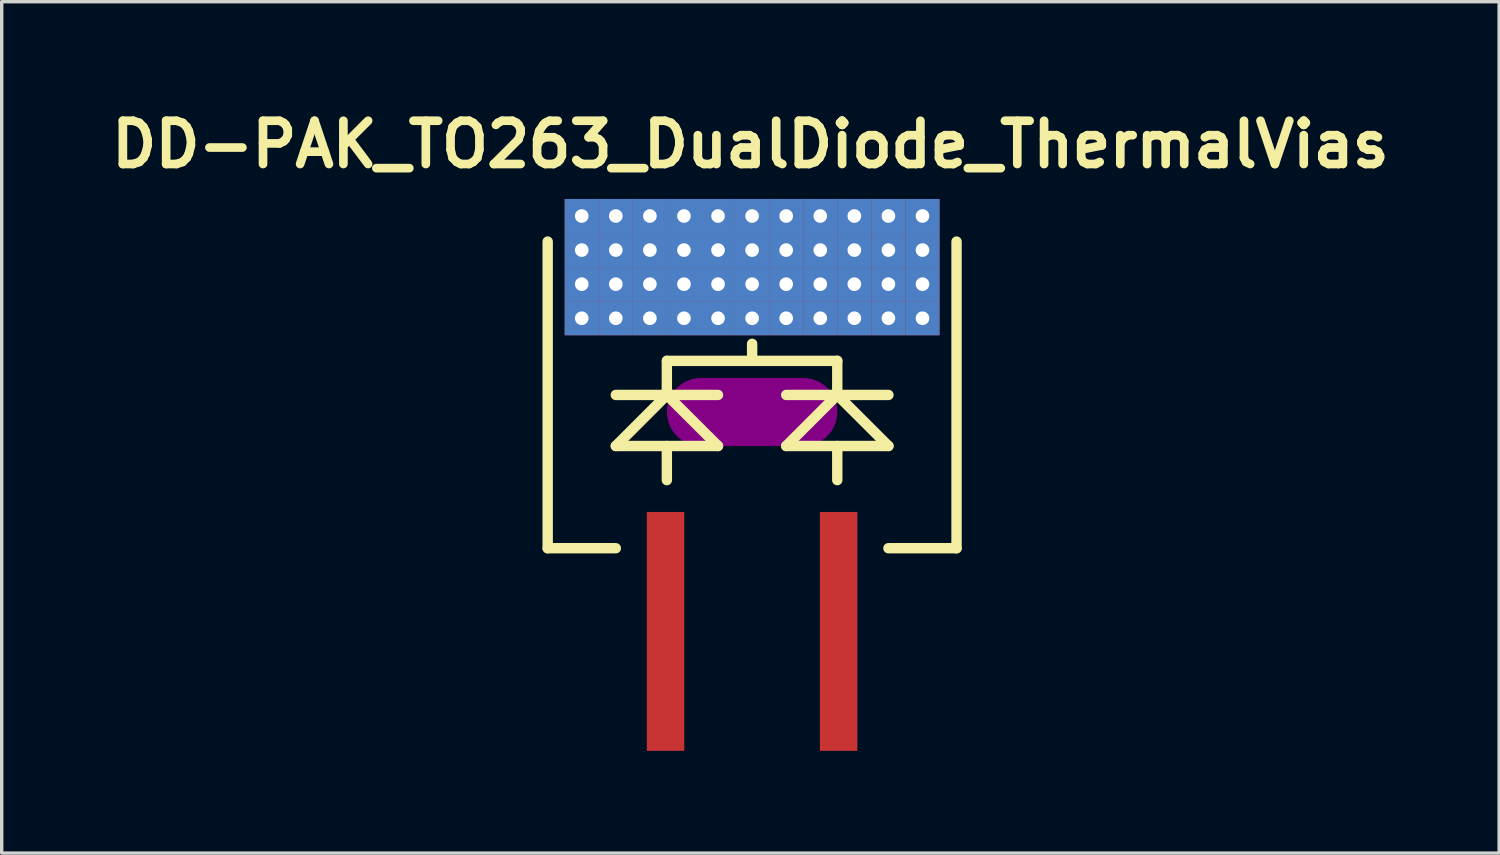
<source format=kicad_pcb>
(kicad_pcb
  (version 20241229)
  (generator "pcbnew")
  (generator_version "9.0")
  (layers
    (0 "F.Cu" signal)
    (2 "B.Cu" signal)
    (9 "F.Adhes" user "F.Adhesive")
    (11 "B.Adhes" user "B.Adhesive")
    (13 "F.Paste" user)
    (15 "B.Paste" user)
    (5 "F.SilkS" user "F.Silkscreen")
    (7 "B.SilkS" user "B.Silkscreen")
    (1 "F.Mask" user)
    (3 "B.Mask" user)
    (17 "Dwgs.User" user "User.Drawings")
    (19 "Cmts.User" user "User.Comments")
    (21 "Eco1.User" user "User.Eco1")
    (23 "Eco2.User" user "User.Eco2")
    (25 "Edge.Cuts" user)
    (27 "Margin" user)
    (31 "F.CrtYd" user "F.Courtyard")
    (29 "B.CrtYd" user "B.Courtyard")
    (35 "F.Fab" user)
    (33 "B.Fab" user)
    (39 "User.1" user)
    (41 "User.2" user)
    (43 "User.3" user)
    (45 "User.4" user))
  (footprint "DD-PAK_TO263_DualDiode_ThermalVias"
    (layer "F.Cu")
    (at 19.021 11.039)
    (property "Reference" "DD-PAK_TO263_DualDiode_ThermalVias" (at -0.05 -9.85 0) (layer "F.SilkS") (effects (font (size 1.27 1.27) (thickness 0.254))))
    (attr smd)
    (fp_line (start -5.5 -8.25) (end 5.5 -8.25) (stroke (width 0.45) (type solid)) (layer "F.Mask"))
    (fp_line (start -5.5 -4.25) (end -5.5 -8.25) (stroke (width 0.45) (type solid)) (layer "F.Mask"))
    (fp_line (start -5.25 -7.25) (end 5.25 -7.25) (stroke (width 0.45) (type solid)) (layer "F.Mask"))
    (fp_line (start -5.25 -6.25) (end 5.25 -6.25) (stroke (width 0.45) (type solid)) (layer "F.Mask"))
    (fp_line (start -5.25 -5.25) (end 5.25 -5.25) (stroke (width 0.45) (type solid)) (layer "F.Mask"))
    (fp_line (start -4.5 -8.05) (end -4.5 -4.5) (stroke (width 0.45) (type solid)) (layer "F.Mask"))
    (fp_line (start -3.5 -8.05) (end -3.5 -4.5) (stroke (width 0.45) (type solid)) (layer "F.Mask"))
    (fp_line (start -2.5 -8.05) (end -2.5 -4.5) (stroke (width 0.45) (type solid)) (layer "F.Mask"))
    (fp_line (start -1.5 -8.05) (end -1.5 -4.5) (stroke (width 0.45) (type solid)) (layer "F.Mask"))
    (fp_line (start -0.5 -8.05) (end -0.5 -4.5) (stroke (width 0.45) (type solid)) (layer "F.Mask"))
    (fp_line (start 0.5 -8.05) (end 0.5 -4.5) (stroke (width 0.45) (type solid)) (layer "F.Mask"))
    (fp_line (start 1.5 -8.05) (end 1.5 -4.5) (stroke (width 0.45) (type solid)) (layer "F.Mask"))
    (fp_line (start 2.5 -8.05) (end 2.5 -4.5) (stroke (width 0.45) (type solid)) (layer "F.Mask"))
    (fp_line (start 3.5 -8.05) (end 3.5 -4.5) (stroke (width 0.45) (type solid)) (layer "F.Mask"))
    (fp_line (start 4.5 -8.05) (end 4.5 -4.5) (stroke (width 0.45) (type solid)) (layer "F.Mask"))
    (fp_line (start 5.5 -8.25) (end 5.5 -4.25) (stroke (width 0.45) (type solid)) (layer "F.Mask"))
    (fp_line (start 5.5 -4.25) (end -5.5 -4.25) (stroke (width 0.45) (type solid)) (layer "F.Mask"))
    (fp_circle (center -5 -7.75) (end -4.9 -7.75) (stroke (width 0.215) (type solid)) (fill no) (layer "F.Mask"))
    (fp_circle (center -5 -6.75) (end -4.9 -6.75) (stroke (width 0.215) (type solid)) (fill no) (layer "F.Mask"))
    (fp_circle (center -5 -5.75) (end -4.9 -5.75) (stroke (width 0.215) (type solid)) (fill no) (layer "F.Mask"))
    (fp_circle (center -5 -4.75) (end -4.9 -4.75) (stroke (width 0.215) (type solid)) (fill no) (layer "F.Mask"))
    (fp_circle (center -4 -7.75) (end -3.9 -7.75) (stroke (width 0.215) (type solid)) (fill no) (layer "F.Mask"))
    (fp_circle (center -4 -6.75) (end -3.9 -6.75) (stroke (width 0.215) (type solid)) (fill no) (layer "F.Mask"))
    (fp_circle (center -4 -5.75) (end -3.9 -5.75) (stroke (width 0.215) (type solid)) (fill no) (layer "F.Mask"))
    (fp_circle (center -4 -4.75) (end -3.9 -4.75) (stroke (width 0.215) (type solid)) (fill no) (layer "F.Mask"))
    (fp_circle (center -3 -7.75) (end -2.9 -7.75) (stroke (width 0.215) (type solid)) (fill no) (layer "F.Mask"))
    (fp_circle (center -3 -6.75) (end -2.9 -6.75) (stroke (width 0.215) (type solid)) (fill no) (layer "F.Mask"))
    (fp_circle (center -3 -5.75) (end -2.9 -5.75) (stroke (width 0.215) (type solid)) (fill no) (layer "F.Mask"))
    (fp_circle (center -3 -4.75) (end -2.9 -4.75) (stroke (width 0.215) (type solid)) (fill no) (layer "F.Mask"))
    (fp_circle (center -2 -7.75) (end -1.9 -7.75) (stroke (width 0.215) (type solid)) (fill no) (layer "F.Mask"))
    (fp_circle (center -2 -6.75) (end -1.9 -6.75) (stroke (width 0.215) (type solid)) (fill no) (layer "F.Mask"))
    (fp_circle (center -2 -5.75) (end -1.9 -5.75) (stroke (width 0.215) (type solid)) (fill no) (layer "F.Mask"))
    (fp_circle (center -2 -4.75) (end -1.9 -4.75) (stroke (width 0.215) (type solid)) (fill no) (layer "F.Mask"))
    (fp_circle (center -1 -7.75) (end -0.9 -7.75) (stroke (width 0.215) (type solid)) (fill no) (layer "F.Mask"))
    (fp_circle (center -1 -6.75) (end -0.9 -6.75) (stroke (width 0.215) (type solid)) (fill no) (layer "F.Mask"))
    (fp_circle (center -1 -5.75) (end -0.9 -5.75) (stroke (width 0.215) (type solid)) (fill no) (layer "F.Mask"))
    (fp_circle (center -1 -4.75) (end -0.9 -4.75) (stroke (width 0.215) (type solid)) (fill no) (layer "F.Mask"))
    (fp_circle (center 0 -7.75) (end 0.1 -7.75) (stroke (width 0.215) (type solid)) (fill no) (layer "F.Mask"))
    (fp_circle (center 0 -6.75) (end 0.1 -6.75) (stroke (width 0.215) (type solid)) (fill no) (layer "F.Mask"))
    (fp_circle (center 0 -5.75) (end 0.1 -5.75) (stroke (width 0.215) (type solid)) (fill no) (layer "F.Mask"))
    (fp_circle (center 0 -4.75) (end 0.1 -4.75) (stroke (width 0.215) (type solid)) (fill no) (layer "F.Mask"))
    (fp_circle (center 1 -7.75) (end 1.1 -7.75) (stroke (width 0.215) (type solid)) (fill no) (layer "F.Mask"))
    (fp_circle (center 1 -6.75) (end 1.1 -6.75) (stroke (width 0.215) (type solid)) (fill no) (layer "F.Mask"))
    (fp_circle (center 1 -5.75) (end 1.1 -5.75) (stroke (width 0.215) (type solid)) (fill no) (layer "F.Mask"))
    (fp_circle (center 1 -4.75) (end 1.1 -4.75) (stroke (width 0.215) (type solid)) (fill no) (layer "F.Mask"))
    (fp_circle (center 2 -7.75) (end 2.1 -7.75) (stroke (width 0.215) (type solid)) (fill no) (layer "F.Mask"))
    (fp_circle (center 2 -6.75) (end 2.1 -6.75) (stroke (width 0.215) (type solid)) (fill no) (layer "F.Mask"))
    (fp_circle (center 2 -5.75) (end 2.1 -5.75) (stroke (width 0.215) (type solid)) (fill no) (layer "F.Mask"))
    (fp_circle (center 2 -4.75) (end 2.1 -4.75) (stroke (width 0.215) (type solid)) (fill no) (layer "F.Mask"))
    (fp_circle (center 3 -7.75) (end 3.1 -7.75) (stroke (width 0.215) (type solid)) (fill no) (layer "F.Mask"))
    (fp_circle (center 3 -6.75) (end 3.1 -6.75) (stroke (width 0.215) (type solid)) (fill no) (layer "F.Mask"))
    (fp_circle (center 3 -5.75) (end 3.1 -5.75) (stroke (width 0.215) (type solid)) (fill no) (layer "F.Mask"))
    (fp_circle (center 3 -4.75) (end 3.1 -4.75) (stroke (width 0.215) (type solid)) (fill no) (layer "F.Mask"))
    (fp_circle (center 4 -7.75) (end 4.1 -7.75) (stroke (width 0.215) (type solid)) (fill no) (layer "F.Mask"))
    (fp_circle (center 4 -6.75) (end 4.1 -6.75) (stroke (width 0.215) (type solid)) (fill no) (layer "F.Mask"))
    (fp_circle (center 4 -5.75) (end 4.1 -5.75) (stroke (width 0.215) (type solid)) (fill no) (layer "F.Mask"))
    (fp_circle (center 4 -4.75) (end 4.1 -4.75) (stroke (width 0.215) (type solid)) (fill no) (layer "F.Mask"))
    (fp_circle (center 5 -7.75) (end 5.1 -7.75) (stroke (width 0.215) (type solid)) (fill no) (layer "F.Mask"))
    (fp_circle (center 5 -6.75) (end 5.1 -6.75) (stroke (width 0.215) (type solid)) (fill no) (layer "F.Mask"))
    (fp_circle (center 5 -5.75) (end 5.1 -5.75) (stroke (width 0.215) (type solid)) (fill no) (layer "F.Mask"))
    (fp_circle (center 5 -4.75) (end 5.1 -4.75) (stroke (width 0.215) (type solid)) (fill no) (layer "F.Mask"))
    (fp_line (start -5.999 -7) (end -5.999 1.999) (stroke (width 0.305) (type solid)) (layer "F.SilkS"))
    (fp_line (start -5.999 1.999) (end -4 1.999) (stroke (width 0.305) (type solid)) (layer "F.SilkS"))
    (fp_line (start -4 -2.499) (end -1.001 -2.499) (stroke (width 0.305) (type solid)) (layer "F.SilkS"))
    (fp_line (start -4 -1.001) (end -1.001 -1.001) (stroke (width 0.305) (type solid)) (layer "F.SilkS"))
    (fp_line (start -2.502 -2.499) (end -4 -1.001) (stroke (width 0.305) (type solid)) (layer "F.SilkS"))
    (fp_line (start -2.502 -2.499) (end -2.502 -3.5) (stroke (width 0.305) (type solid)) (layer "F.SilkS"))
    (fp_line (start -2.502 -1.001) (end -2.502 0) (stroke (width 0.305) (type solid)) (layer "F.SilkS"))
    (fp_line (start -2.499 -3.5) (end 0 -3.5) (stroke (width 0.305) (type solid)) (layer "F.SilkS"))
    (fp_line (start -1.001 -1.001) (end -2.502 -2.499) (stroke (width 0.305) (type solid)) (layer "F.SilkS"))
    (fp_line (start 0 -3.5) (end 0 -4) (stroke (width 0.305) (type solid)) (layer "F.SilkS"))
    (fp_line (start 1.001 -2.499) (end 4 -2.499) (stroke (width 0.305) (type solid)) (layer "F.SilkS"))
    (fp_line (start 1.001 -1.001) (end 4 -1.001) (stroke (width 0.305) (type solid)) (layer "F.SilkS"))
    (fp_line (start 2.499 -3.5) (end 0 -3.5) (stroke (width 0.305) (type solid)) (layer "F.SilkS"))
    (fp_line (start 2.499 -2.499) (end 1.001 -1.001) (stroke (width 0.305) (type solid)) (layer "F.SilkS"))
    (fp_line (start 2.499 -2.499) (end 2.499 -3.5) (stroke (width 0.305) (type solid)) (layer "F.SilkS"))
    (fp_line (start 2.499 -1.001) (end 2.499 0) (stroke (width 0.305) (type solid)) (layer "F.SilkS"))
    (fp_line (start 4 -1.001) (end 2.499 -2.499) (stroke (width 0.305) (type solid)) (layer "F.SilkS"))
    (fp_line (start 4 1.999) (end 5.999 1.999) (stroke (width 0.305) (type solid)) (layer "F.SilkS"))
    (fp_line (start 5.999 1.999) (end 5.999 -7) (stroke (width 0.305) (type solid)) (layer "F.SilkS"))
    (fp_line (start -5.25 -7.25) (end 5.25 -7.25) (stroke (width 0.45) (type solid)) (layer "F.Paste"))
    (fp_line (start -5.25 -6.25) (end 5.25 -6.25) (stroke (width 0.45) (type solid)) (layer "F.Paste"))
    (fp_line (start -5.25 -5.25) (end 5.25 -5.25) (stroke (width 0.45) (type solid)) (layer "F.Paste"))
    (fp_line (start -4.5 -8.05) (end -4.5 -4.5) (stroke (width 0.45) (type solid)) (layer "F.Paste"))
    (fp_line (start -3.5 -8.05) (end -3.5 -4.5) (stroke (width 0.45) (type solid)) (layer "F.Paste"))
    (fp_line (start -2.5 -8.05) (end -2.5 -4.5) (stroke (width 0.45) (type solid)) (layer "F.Paste"))
    (fp_line (start -1.5 -8.05) (end -1.5 -4.5) (stroke (width 0.45) (type solid)) (layer "F.Paste"))
    (fp_line (start -0.5 -8.05) (end -0.5 -4.5) (stroke (width 0.45) (type solid)) (layer "F.Paste"))
    (fp_line (start 0.5 -8.05) (end 0.5 -4.5) (stroke (width 0.45) (type solid)) (layer "F.Paste"))
    (fp_line (start 1.5 -8.05) (end 1.5 -4.5) (stroke (width 0.45) (type solid)) (layer "F.Paste"))
    (fp_line (start 2.5 -8.05) (end 2.5 -4.5) (stroke (width 0.45) (type solid)) (layer "F.Paste"))
    (fp_line (start 3.5 -8.05) (end 3.5 -4.5) (stroke (width 0.45) (type solid)) (layer "F.Paste"))
    (fp_line (start 4.5 -8.05) (end 4.5 -4.5) (stroke (width 0.45) (type solid)) (layer "F.Paste"))
    (pad "" smd oval (at 0 -1.999) (size 5.001 1.999) (layers "F.Adhes"))
    (pad "1" smd rect (at -2.54 4.44) (size 1.1 7.01) (layers "F.Cu" "F.Mask" "F.Paste"))
    (pad "2" thru_hole rect (at -5 -7.75) (size 1 1) (drill 0.4) (layers "*.Cu" "B.Mask"))
    (pad "2" thru_hole rect (at -5 -6.75) (size 1 1) (drill 0.4) (layers "*.Cu" "B.Mask"))
    (pad "2" thru_hole rect (at -5 -5.75) (size 1 1) (drill 0.4) (layers "*.Cu" "B.Mask"))
    (pad "2" thru_hole rect (at -5 -4.75) (size 1 1) (drill 0.4) (layers "*.Cu" "B.Mask"))
    (pad "2" thru_hole rect (at -4 -7.75) (size 1 1) (drill 0.4) (layers "*.Cu" "B.Mask"))
    (pad "2" thru_hole rect (at -4 -6.75) (size 1 1) (drill 0.4) (layers "*.Cu" "B.Mask"))
    (pad "2" thru_hole rect (at -4 -5.75) (size 1 1) (drill 0.4) (layers "*.Cu" "B.Mask"))
    (pad "2" thru_hole rect (at -4 -4.75) (size 1 1) (drill 0.4) (layers "*.Cu" "B.Mask"))
    (pad "2" thru_hole rect (at -3 -7.75) (size 1 1) (drill 0.4) (layers "*.Cu" "B.Mask"))
    (pad "2" thru_hole rect (at -3 -6.75) (size 1 1) (drill 0.4) (layers "*.Cu" "B.Mask"))
    (pad "2" thru_hole rect (at -3 -5.75) (size 1 1) (drill 0.4) (layers "*.Cu" "B.Mask"))
    (pad "2" thru_hole rect (at -3 -4.75) (size 1 1) (drill 0.4) (layers "*.Cu" "B.Mask"))
    (pad "2" thru_hole rect (at -2 -7.75) (size 1 1) (drill 0.4) (layers "*.Cu" "B.Mask"))
    (pad "2" thru_hole rect (at -2 -6.75) (size 1 1) (drill 0.4) (layers "*.Cu" "B.Mask"))
    (pad "2" thru_hole rect (at -2 -5.75) (size 1 1) (drill 0.4) (layers "*.Cu" "B.Mask"))
    (pad "2" thru_hole rect (at -2 -4.75) (size 1 1) (drill 0.4) (layers "*.Cu" "B.Mask"))
    (pad "2" thru_hole rect (at -1 -7.75) (size 1 1) (drill 0.4) (layers "*.Cu" "B.Mask"))
    (pad "2" thru_hole rect (at -1 -6.75) (size 1 1) (drill 0.4) (layers "*.Cu" "B.Mask"))
    (pad "2" thru_hole rect (at -1 -5.75) (size 1 1) (drill 0.4) (layers "*.Cu" "B.Mask"))
    (pad "2" thru_hole rect (at -1 -4.75) (size 1 1) (drill 0.4) (layers "*.Cu" "B.Mask"))
    (pad "2" thru_hole rect (at 0 -7.75) (size 1 1) (drill 0.4) (layers "*.Cu" "B.Mask"))
    (pad "2" thru_hole rect (at 0 -6.75) (size 1 1) (drill 0.4) (layers "*.Cu" "B.Mask"))
    (pad "2" thru_hole rect (at 0 -5.75) (size 1 1) (drill 0.4) (layers "*.Cu" "B.Mask"))
    (pad "2" thru_hole rect (at 0 -4.75) (size 1 1) (drill 0.4) (layers "*.Cu" "B.Mask"))
    (pad "2" thru_hole rect (at 1 -7.75) (size 1 1) (drill 0.4) (layers "*.Cu" "B.Mask"))
    (pad "2" thru_hole rect (at 1 -6.75) (size 1 1) (drill 0.4) (layers "*.Cu" "B.Mask"))
    (pad "2" thru_hole rect (at 1 -5.75) (size 1 1) (drill 0.4) (layers "*.Cu" "B.Mask"))
    (pad "2" thru_hole rect (at 1 -4.75) (size 1 1) (drill 0.4) (layers "*.Cu" "B.Mask"))
    (pad "2" thru_hole rect (at 2 -7.75) (size 1 1) (drill 0.4) (layers "*.Cu" "B.Mask"))
    (pad "2" thru_hole rect (at 2 -6.75) (size 1 1) (drill 0.4) (layers "*.Cu" "B.Mask"))
    (pad "2" thru_hole rect (at 2 -5.75) (size 1 1) (drill 0.4) (layers "*.Cu" "B.Mask"))
    (pad "2" thru_hole rect (at 2 -4.75) (size 1 1) (drill 0.4) (layers "*.Cu" "B.Mask"))
    (pad "2" thru_hole rect (at 3 -7.75) (size 1 1) (drill 0.4) (layers "*.Cu" "B.Mask"))
    (pad "2" thru_hole rect (at 3 -6.75) (size 1 1) (drill 0.4) (layers "*.Cu" "B.Mask"))
    (pad "2" thru_hole rect (at 3 -5.75) (size 1 1) (drill 0.4) (layers "*.Cu" "B.Mask"))
    (pad "2" thru_hole rect (at 3 -4.75) (size 1 1) (drill 0.4) (layers "*.Cu" "B.Mask"))
    (pad "2" thru_hole rect (at 4 -7.75) (size 1 1) (drill 0.4) (layers "*.Cu" "B.Mask"))
    (pad "2" thru_hole rect (at 4 -6.75) (size 1 1) (drill 0.4) (layers "*.Cu" "B.Mask"))
    (pad "2" thru_hole rect (at 4 -5.75) (size 1 1) (drill 0.4) (layers "*.Cu" "B.Mask"))
    (pad "2" thru_hole rect (at 4 -4.75) (size 1 1) (drill 0.4) (layers "*.Cu" "B.Mask"))
    (pad "2" thru_hole rect (at 5 -7.75) (size 1 1) (drill 0.4) (layers "*.Cu" "B.Mask"))
    (pad "2" thru_hole rect (at 5 -6.75) (size 1 1) (drill 0.4) (layers "*.Cu" "B.Mask"))
    (pad "2" thru_hole rect (at 5 -5.75) (size 1 1) (drill 0.4) (layers "*.Cu" "B.Mask"))
    (pad "2" thru_hole rect (at 5 -4.75) (size 1 1) (drill 0.4) (layers "*.Cu" "B.Mask"))
    (pad "3" smd rect (at 2.54 4.44) (size 1.1 7.01) (layers "F.Cu" "F.Mask" "F.Paste")))
  (gr_rect
    (start -3 -3)
    (end 40.943 21.984)
    (stroke (width 0.1) (type default))
    (fill no)
    (layer "Edge.Cuts")))
</source>
